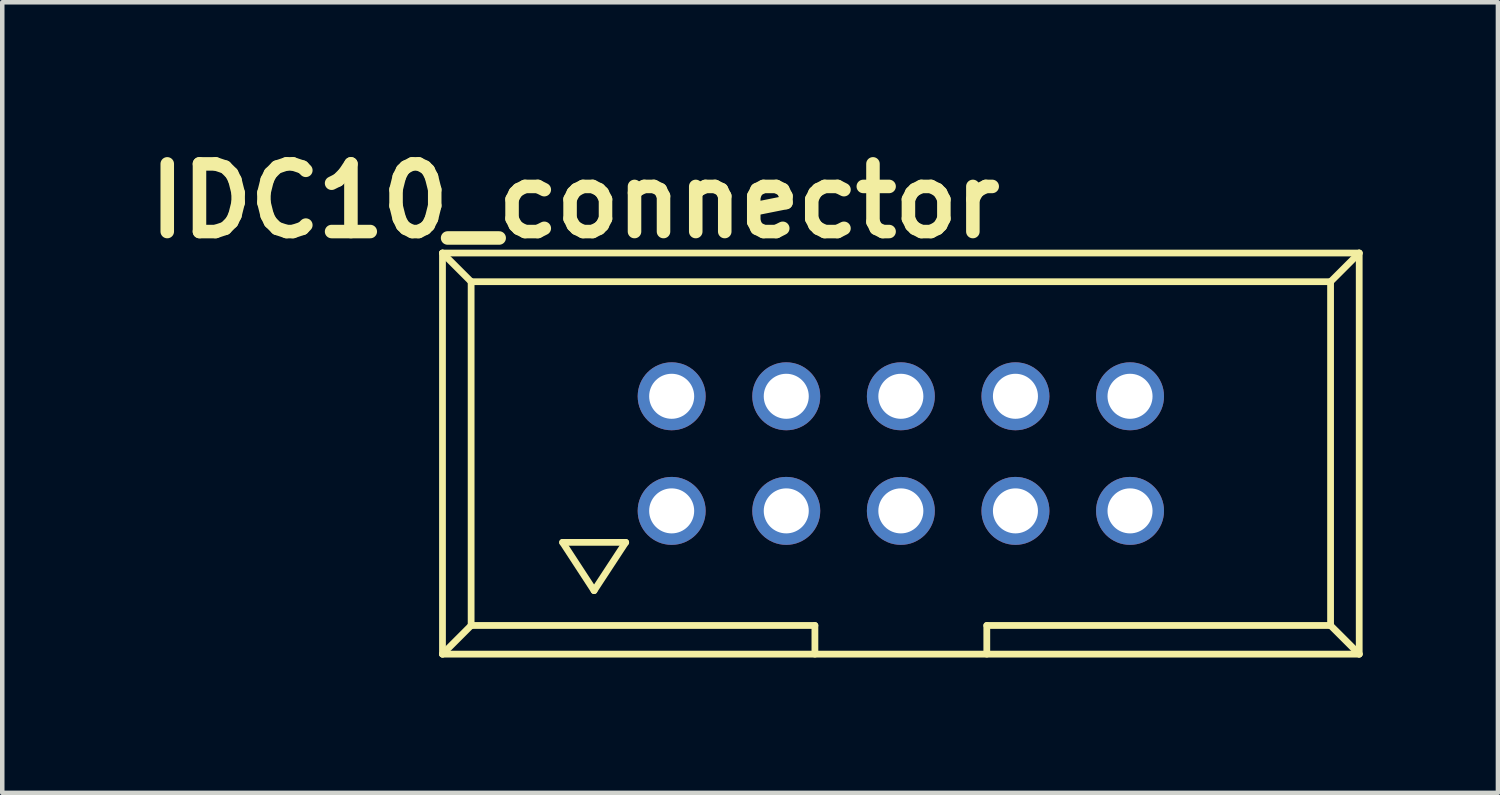
<source format=kicad_pcb>
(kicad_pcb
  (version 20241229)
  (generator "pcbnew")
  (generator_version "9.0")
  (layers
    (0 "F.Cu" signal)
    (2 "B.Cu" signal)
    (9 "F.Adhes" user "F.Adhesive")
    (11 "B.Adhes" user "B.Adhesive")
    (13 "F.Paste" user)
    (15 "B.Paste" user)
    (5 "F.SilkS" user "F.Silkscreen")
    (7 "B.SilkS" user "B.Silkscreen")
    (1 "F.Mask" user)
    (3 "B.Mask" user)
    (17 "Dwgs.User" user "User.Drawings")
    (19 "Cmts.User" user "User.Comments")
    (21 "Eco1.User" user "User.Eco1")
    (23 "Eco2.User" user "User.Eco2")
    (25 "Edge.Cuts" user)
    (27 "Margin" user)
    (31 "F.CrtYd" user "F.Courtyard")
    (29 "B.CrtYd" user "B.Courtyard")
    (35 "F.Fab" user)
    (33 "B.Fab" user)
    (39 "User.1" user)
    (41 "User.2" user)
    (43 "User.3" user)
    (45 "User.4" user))
  (footprint "IDC10_connector"
    (layer "F.Cu")
    (at 16.918 7.004)
    (property "Reference" "IDC10_connector" (at -7.225 -5.6 0) (layer "F.SilkS") (effects (font (size 1.5 1.5) (thickness 0.3))))
    (attr exclude_from_pos_files exclude_from_bom)
    (fp_line (start -10.16 -4.445) (end -10.16 4.445) (stroke (width 0.15) (type solid)) (layer "F.SilkS"))
    (fp_line (start -10.16 4.445) (end 10.16 4.445) (stroke (width 0.15) (type solid)) (layer "F.SilkS"))
    (fp_line (start -9.525 -3.81) (end -10.16 -4.445) (stroke (width 0.15) (type solid)) (layer "F.SilkS"))
    (fp_line (start -9.525 -3.81) (end -9.525 3.81) (stroke (width 0.15) (type solid)) (layer "F.SilkS"))
    (fp_line (start -9.525 3.81) (end -10.16 4.445) (stroke (width 0.15) (type solid)) (layer "F.SilkS"))
    (fp_line (start -9.525 3.81) (end -1.905 3.81) (stroke (width 0.15) (type solid)) (layer "F.SilkS"))
    (fp_line (start -7.498 1.968) (end -6.8 3.038) (stroke (width 0.15) (type solid)) (layer "F.SilkS"))
    (fp_line (start -6.8 3.038) (end -6.099 1.968) (stroke (width 0.15) (type solid)) (layer "F.SilkS"))
    (fp_line (start -6.099 1.968) (end -7.498 1.968) (stroke (width 0.15) (type solid)) (layer "F.SilkS"))
    (fp_line (start -1.905 3.81) (end -1.905 4.445) (stroke (width 0.15) (type solid)) (layer "F.SilkS"))
    (fp_line (start 1.905 3.81) (end 9.525 3.81) (stroke (width 0.15) (type solid)) (layer "F.SilkS"))
    (fp_line (start 1.905 4.445) (end 1.905 3.81) (stroke (width 0.15) (type solid)) (layer "F.SilkS"))
    (fp_line (start 9.525 -3.81) (end -9.525 -3.81) (stroke (width 0.15) (type solid)) (layer "F.SilkS"))
    (fp_line (start 9.525 -3.81) (end 10.16 -4.445) (stroke (width 0.15) (type solid)) (layer "F.SilkS"))
    (fp_line (start 9.525 3.81) (end 9.525 -3.81) (stroke (width 0.15) (type solid)) (layer "F.SilkS"))
    (fp_line (start 9.525 3.81) (end 10.16 4.445) (stroke (width 0.15) (type solid)) (layer "F.SilkS"))
    (fp_line (start 10.16 -4.445) (end -10.16 -4.445) (stroke (width 0.15) (type solid)) (layer "F.SilkS"))
    (fp_line (start 10.16 -4.445) (end 10.16 4.445) (stroke (width 0.15) (type solid)) (layer "F.SilkS"))
    (pad "1" thru_hole circle (at -5.08 1.27) (size 1.506 1.506) (drill 0.998) (layers "*.Cu" "*.Mask"))
    (pad "2" thru_hole circle (at -5.08 -1.27) (size 1.506 1.506) (drill 0.998) (layers "*.Cu" "*.Mask"))
    (pad "3" thru_hole circle (at -2.54 1.27) (size 1.506 1.506) (drill 0.998) (layers "*.Cu" "*.Mask"))
    (pad "4" thru_hole circle (at -2.54 -1.27) (size 1.506 1.506) (drill 0.998) (layers "*.Cu" "*.Mask"))
    (pad "5" thru_hole circle (at 0 1.27) (size 1.506 1.506) (drill 0.998) (layers "*.Cu" "*.Mask"))
    (pad "6" thru_hole circle (at 0 -1.27) (size 1.506 1.506) (drill 0.998) (layers "*.Cu" "*.Mask"))
    (pad "7" thru_hole circle (at 2.54 1.27) (size 1.506 1.506) (drill 0.998) (layers "*.Cu" "*.Mask"))
    (pad "8" thru_hole circle (at 2.54 -1.27) (size 1.506 1.506) (drill 0.998) (layers "*.Cu" "*.Mask"))
    (pad "9" thru_hole circle (at 5.08 1.27) (size 1.506 1.506) (drill 0.998) (layers "*.Cu" "*.Mask"))
    (pad "10" thru_hole circle (at 5.08 -1.27) (size 1.506 1.506) (drill 0.998) (layers "*.Cu" "*.Mask")))
  (gr_rect
    (start -3 -3)
    (end 30.153 14.524)
    (stroke (width 0.1) (type default))
    (fill no)
    (layer "Edge.Cuts")))
</source>
